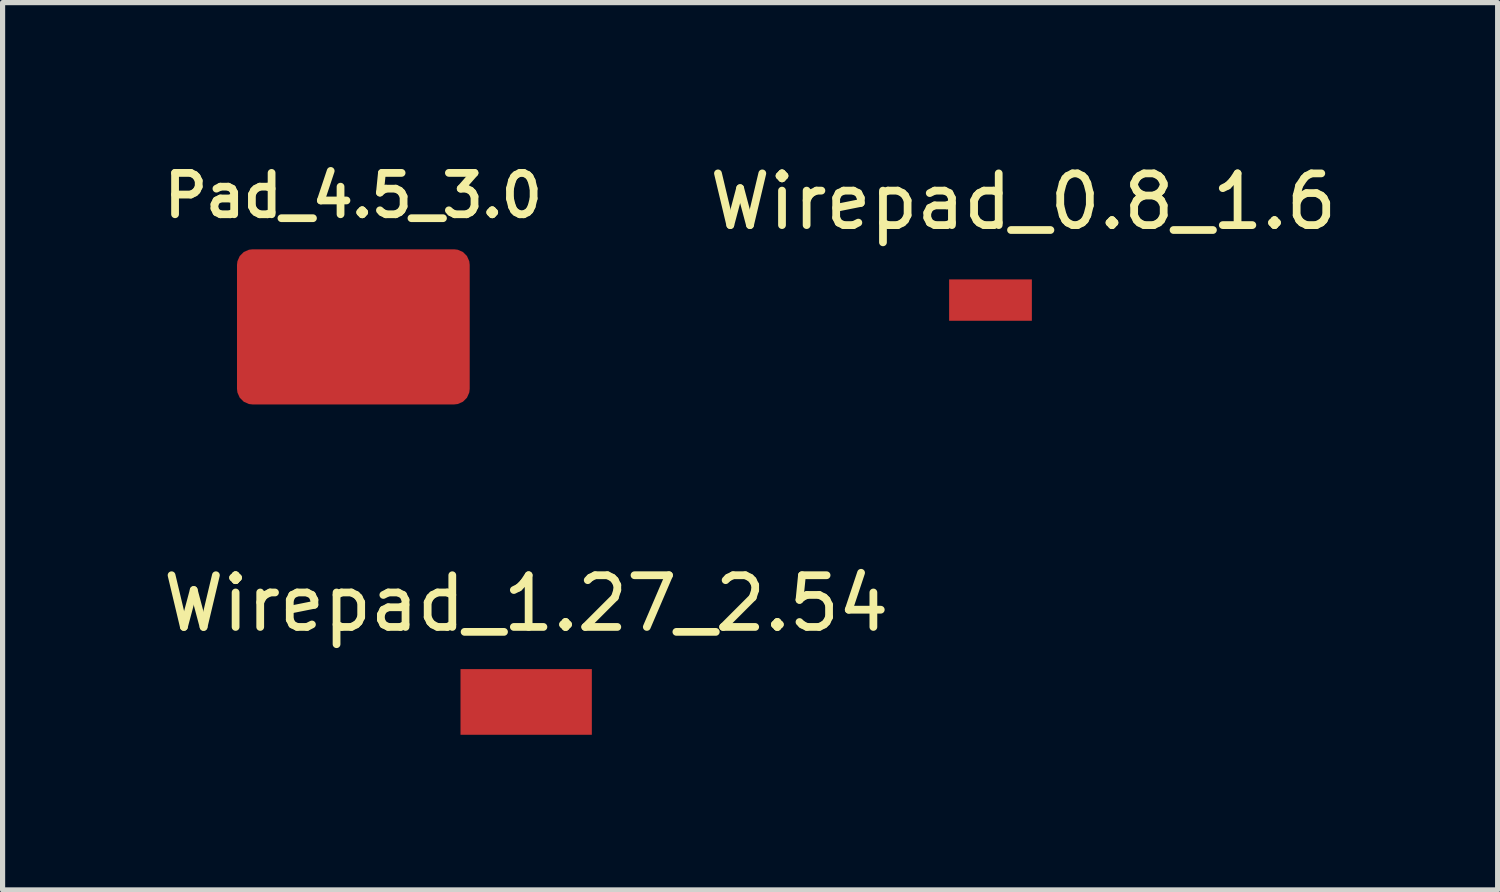
<source format=kicad_pcb>
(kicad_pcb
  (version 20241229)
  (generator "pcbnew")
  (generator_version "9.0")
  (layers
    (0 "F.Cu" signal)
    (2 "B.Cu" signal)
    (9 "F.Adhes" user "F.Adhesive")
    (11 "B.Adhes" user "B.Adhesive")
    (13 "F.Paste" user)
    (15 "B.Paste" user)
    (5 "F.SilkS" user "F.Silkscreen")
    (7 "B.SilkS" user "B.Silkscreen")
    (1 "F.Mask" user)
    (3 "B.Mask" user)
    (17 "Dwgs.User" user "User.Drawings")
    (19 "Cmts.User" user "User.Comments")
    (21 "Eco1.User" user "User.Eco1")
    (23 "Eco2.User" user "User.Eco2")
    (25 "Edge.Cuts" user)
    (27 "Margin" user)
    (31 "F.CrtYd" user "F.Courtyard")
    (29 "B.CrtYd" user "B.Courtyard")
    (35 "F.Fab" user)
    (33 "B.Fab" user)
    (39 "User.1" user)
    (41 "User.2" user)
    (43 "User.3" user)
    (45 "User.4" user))
  (footprint "Wirepad_1.27_2.54"
    (layer "F.Cu")
    (at 7.125 10.524)
    (property "Reference" "Wirepad_1.27_2.54" (at 0 -1.905 0) (layer "F.SilkS") (effects (font (size 1 1) (thickness 0.15))))
    (attr through_hole)
    (pad "1" smd rect (at 0 0 90) (size 1.27 2.54) (layers "F.Cu" "F.Mask" "F.Paste")))
  (footprint "Pad_4.5_3.0"
    (layer "F.Cu")
    (at 3.783 3.271)
    (property "Reference" "Pad_4.5_3.0" (at 0 -2.54 0) (layer "F.SilkS") (effects (font (size 0.8 0.8) (thickness 0.15))))
    (attr through_hole)
    (pad "1" smd roundrect (at 0 0) (size 4.5 3) (layers "F.Cu" "F.Mask" "F.Paste") (roundrect_rratio 0.1)))
  (footprint "Wirepad_0.8_1.6"
    (layer "F.Cu")
    (at 16.104 2.753)
    (property "Reference" "Wirepad_0.8_1.6" (at 0.635 -1.905 0) (layer "F.SilkS") (effects (font (size 1 1) (thickness 0.15))))
    (attr through_hole)
    (pad "1" smd rect (at 0 0 270) (size 0.8 1.6) (layers "F.Cu" "F.Mask" "F.Paste")))
  (gr_rect
    (start -3 -3)
    (end 25.911 14.159)
    (stroke (width 0.1) (type default))
    (fill no)
    (layer "Edge.Cuts")))
</source>
